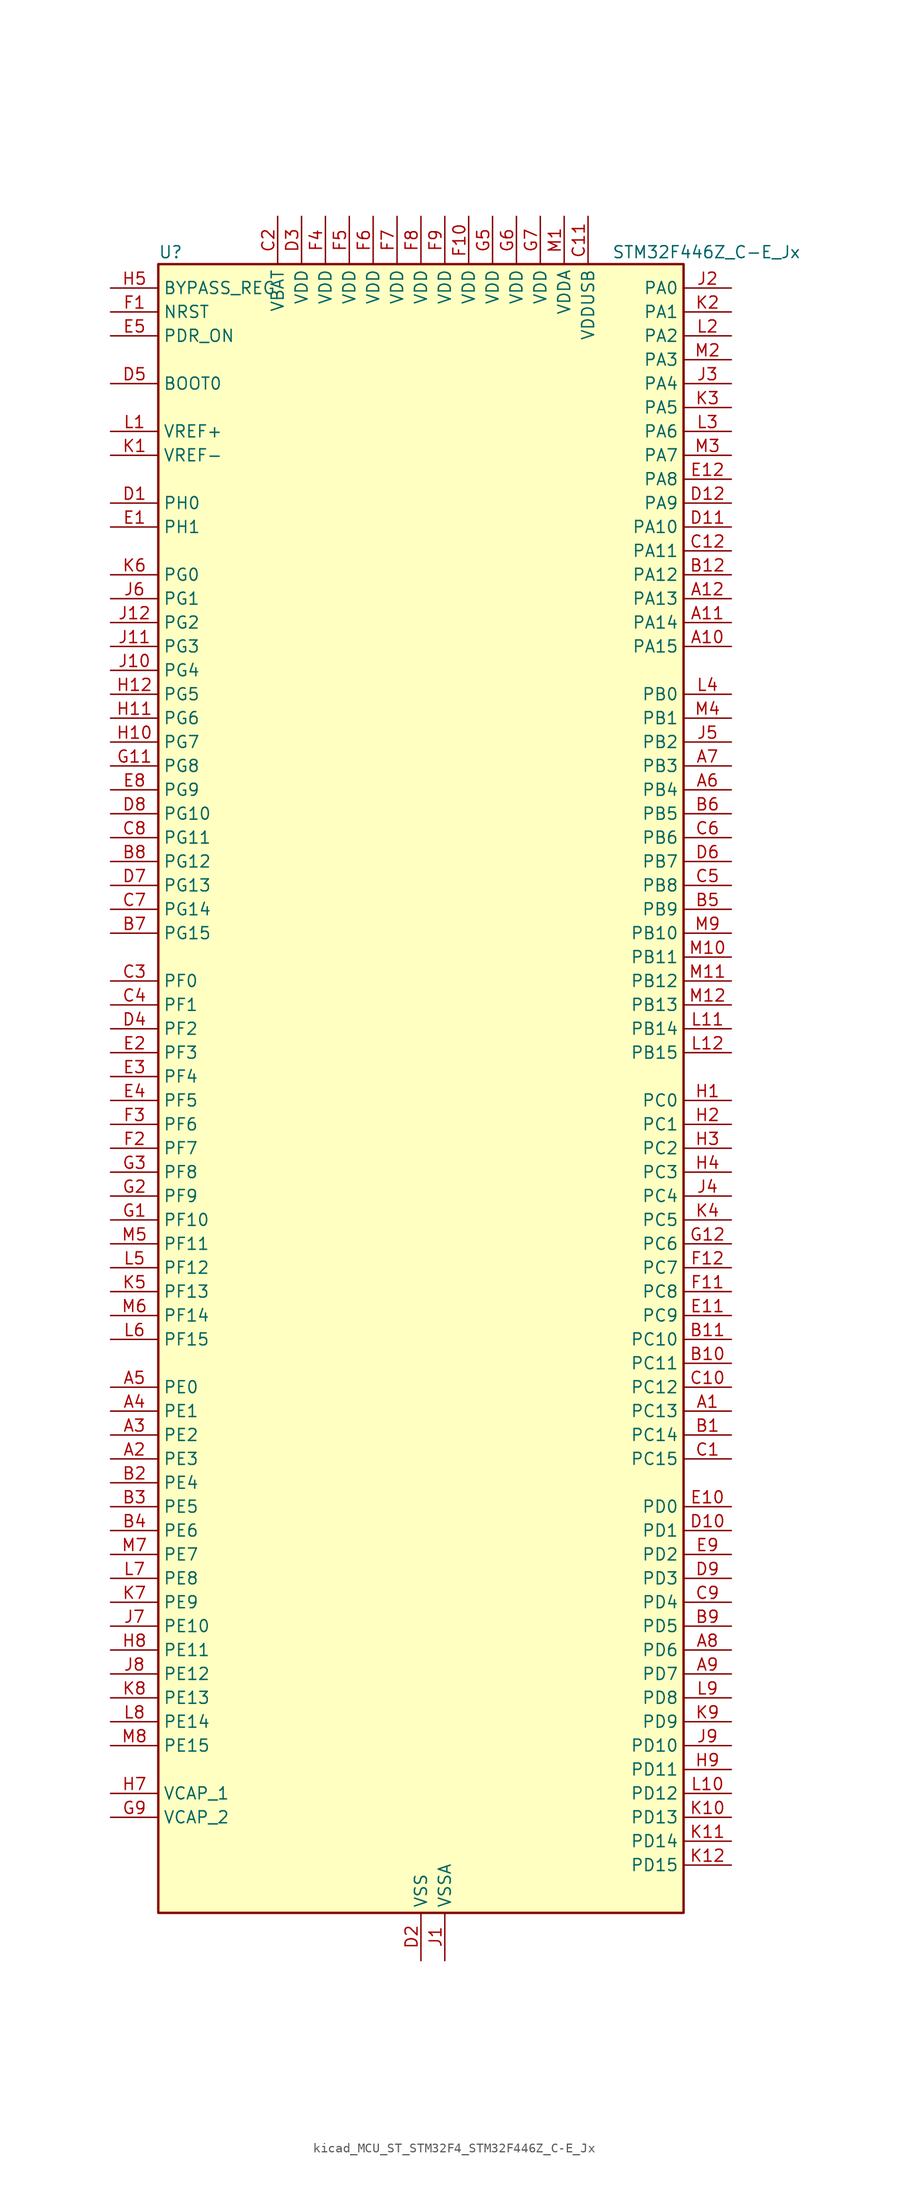
<source format=kicad_sym>
(kicad_symbol_lib
  (version 20220914)
  (generator kicad_symbol_editor)
  (symbol "kicad_MCU_ST_STM32F4_STM32F446Z_C-E_Jx"
    (property "Reference" "U"
      (at -27.94 90.17 0)
      (effects (font (size 1.27 1.27)) (justify left)))
    (property "Value" "STM32F446Z_C-E_Jx"
      (at 20.32 90.17 0)
      (effects (font (size 1.27 1.27)) (justify left)))
    (property "ki_locked" ""
      (at 0 0 0)
      (effects (font (size 1.27 1.27))))
    (symbol "kicad_MCU_ST_STM32F4_STM32F446Z_C-E_Jx_0_1"
      (rectangle (start -27.94 -86.36) (end 27.94 88.9) (stroke (width 0.254) (type default)) (fill (type background))))
    (symbol "kicad_MCU_ST_STM32F4_STM32F446Z_C-E_Jx_1_1"
      (pin bidirectional line (at 33.02 -33.02 180) (length 5.08) (name "PC13" (effects (font (size 1.27 1.27)))) (number "A1" (effects (font (size 1.27 1.27)))) (alternate "RTC_AF1" bidirectional line) (alternate "SYS_WKUP1" bidirectional line))
      (pin bidirectional line (at 33.02 48.26 180) (length 5.08) (name "PA15" (effects (font (size 1.27 1.27)))) (number "A10" (effects (font (size 1.27 1.27)))) (alternate "ADC1_EXTI15" bidirectional line) (alternate "ADC2_EXTI15" bidirectional line) (alternate "ADC3_EXTI15" bidirectional line) (alternate "CEC" bidirectional line) (alternate "I2S1_WS" bidirectional line) (alternate "I2S3_WS" bidirectional line) (alternate "SPI1_NSS" bidirectional line) (alternate "SPI3_NSS" bidirectional line) (alternate "SYS_JTDI" bidirectional line) (alternate "TIM2_CH1" bidirectional line) (alternate "TIM2_ETR" bidirectional line) (alternate "UART4_RTS" bidirectional line))
      (pin bidirectional line (at 33.02 50.8 180) (length 5.08) (name "PA14" (effects (font (size 1.27 1.27)))) (number "A11" (effects (font (size 1.27 1.27)))) (alternate "SYS_JTCK-SWCLK" bidirectional line))
      (pin bidirectional line (at 33.02 53.34 180) (length 5.08) (name "PA13" (effects (font (size 1.27 1.27)))) (number "A12" (effects (font (size 1.27 1.27)))) (alternate "SYS_JTMS-SWDIO" bidirectional line))
      (pin bidirectional line (at -33.02 -38.1 0) (length 5.08) (name "PE3" (effects (font (size 1.27 1.27)))) (number "A2" (effects (font (size 1.27 1.27)))) (alternate "FMC_A19" bidirectional line) (alternate "SAI1_SD_B" bidirectional line) (alternate "SYS_TRACED0" bidirectional line))
      (pin bidirectional line (at -33.02 -35.56 0) (length 5.08) (name "PE2" (effects (font (size 1.27 1.27)))) (number "A3" (effects (font (size 1.27 1.27)))) (alternate "FMC_A23" bidirectional line) (alternate "QUADSPI_BK1_IO2" bidirectional line) (alternate "SAI1_MCLK_A" bidirectional line) (alternate "SPI4_SCK" bidirectional line) (alternate "SYS_TRACECLK" bidirectional line))
      (pin bidirectional line (at -33.02 -33.02 0) (length 5.08) (name "PE1" (effects (font (size 1.27 1.27)))) (number "A4" (effects (font (size 1.27 1.27)))) (alternate "DCMI_D3" bidirectional line) (alternate "FMC_NBL1" bidirectional line))
      (pin bidirectional line (at -33.02 -30.48 0) (length 5.08) (name "PE0" (effects (font (size 1.27 1.27)))) (number "A5" (effects (font (size 1.27 1.27)))) (alternate "DCMI_D2" bidirectional line) (alternate "FMC_NBL0" bidirectional line) (alternate "SAI2_MCLK_A" bidirectional line) (alternate "TIM4_ETR" bidirectional line))
      (pin bidirectional line (at 33.02 33.02 180) (length 5.08) (name "PB4" (effects (font (size 1.27 1.27)))) (number "A6" (effects (font (size 1.27 1.27)))) (alternate "I2C3_SDA" bidirectional line) (alternate "I2S2_WS" bidirectional line) (alternate "SPI1_MISO" bidirectional line) (alternate "SPI2_NSS" bidirectional line) (alternate "SPI3_MISO" bidirectional line) (alternate "SYS_JTRST" bidirectional line) (alternate "TIM3_CH1" bidirectional line))
      (pin bidirectional line (at 33.02 35.56 180) (length 5.08) (name "PB3" (effects (font (size 1.27 1.27)))) (number "A7" (effects (font (size 1.27 1.27)))) (alternate "I2C2_SDA" bidirectional line) (alternate "I2S1_CK" bidirectional line) (alternate "I2S3_CK" bidirectional line) (alternate "SPI1_SCK" bidirectional line) (alternate "SPI3_SCK" bidirectional line) (alternate "SYS_JTDO-SWO" bidirectional line) (alternate "TIM2_CH2" bidirectional line))
      (pin bidirectional line (at 33.02 -58.42 180) (length 5.08) (name "PD6" (effects (font (size 1.27 1.27)))) (number "A8" (effects (font (size 1.27 1.27)))) (alternate "DCMI_D10" bidirectional line) (alternate "FMC_NWAIT" bidirectional line) (alternate "I2S3_SD" bidirectional line) (alternate "SAI1_SD_A" bidirectional line) (alternate "SPI3_MOSI" bidirectional line) (alternate "USART2_RX" bidirectional line))
      (pin bidirectional line (at 33.02 -60.96 180) (length 5.08) (name "PD7" (effects (font (size 1.27 1.27)))) (number "A9" (effects (font (size 1.27 1.27)))) (alternate "FMC_NE1" bidirectional line) (alternate "SPDIFRX_IN0" bidirectional line) (alternate "USART2_CK" bidirectional line))
      (pin bidirectional line (at 33.02 -35.56 180) (length 5.08) (name "PC14" (effects (font (size 1.27 1.27)))) (number "B1" (effects (font (size 1.27 1.27)))) (alternate "RCC_OSC32_IN" bidirectional line))
      (pin bidirectional line (at 33.02 -27.94 180) (length 5.08) (name "PC11" (effects (font (size 1.27 1.27)))) (number "B10" (effects (font (size 1.27 1.27)))) (alternate "ADC1_EXTI11" bidirectional line) (alternate "ADC2_EXTI11" bidirectional line) (alternate "ADC3_EXTI11" bidirectional line) (alternate "DCMI_D4" bidirectional line) (alternate "QUADSPI_BK2_NCS" bidirectional line) (alternate "SDIO_D3" bidirectional line) (alternate "SPI3_MISO" bidirectional line) (alternate "UART4_RX" bidirectional line) (alternate "USART3_RX" bidirectional line))
      (pin bidirectional line (at 33.02 -25.4 180) (length 5.08) (name "PC10" (effects (font (size 1.27 1.27)))) (number "B11" (effects (font (size 1.27 1.27)))) (alternate "DCMI_D8" bidirectional line) (alternate "I2S3_CK" bidirectional line) (alternate "QUADSPI_BK1_IO1" bidirectional line) (alternate "SDIO_D2" bidirectional line) (alternate "SPI3_SCK" bidirectional line) (alternate "UART4_TX" bidirectional line) (alternate "USART3_TX" bidirectional line))
      (pin bidirectional line (at 33.02 55.88 180) (length 5.08) (name "PA12" (effects (font (size 1.27 1.27)))) (number "B12" (effects (font (size 1.27 1.27)))) (alternate "CAN1_TX" bidirectional line) (alternate "SAI2_FS_B" bidirectional line) (alternate "TIM1_ETR" bidirectional line) (alternate "USART1_RTS" bidirectional line) (alternate "USB_OTG_FS_DP" bidirectional line))
      (pin bidirectional line (at -33.02 -40.64 0) (length 5.08) (name "PE4" (effects (font (size 1.27 1.27)))) (number "B2" (effects (font (size 1.27 1.27)))) (alternate "DCMI_D4" bidirectional line) (alternate "FMC_A20" bidirectional line) (alternate "SAI1_FS_A" bidirectional line) (alternate "SPI4_NSS" bidirectional line) (alternate "SYS_TRACED1" bidirectional line))
      (pin bidirectional line (at -33.02 -43.18 0) (length 5.08) (name "PE5" (effects (font (size 1.27 1.27)))) (number "B3" (effects (font (size 1.27 1.27)))) (alternate "DCMI_D6" bidirectional line) (alternate "FMC_A21" bidirectional line) (alternate "SAI1_SCK_A" bidirectional line) (alternate "SPI4_MISO" bidirectional line) (alternate "SYS_TRACED2" bidirectional line) (alternate "TIM9_CH1" bidirectional line))
      (pin bidirectional line (at -33.02 -45.72 0) (length 5.08) (name "PE6" (effects (font (size 1.27 1.27)))) (number "B4" (effects (font (size 1.27 1.27)))) (alternate "DCMI_D7" bidirectional line) (alternate "FMC_A22" bidirectional line) (alternate "SAI1_SD_A" bidirectional line) (alternate "SPI4_MOSI" bidirectional line) (alternate "SYS_TRACED3" bidirectional line) (alternate "TIM9_CH2" bidirectional line))
      (pin bidirectional line (at 33.02 20.32 180) (length 5.08) (name "PB9" (effects (font (size 1.27 1.27)))) (number "B5" (effects (font (size 1.27 1.27)))) (alternate "CAN1_TX" bidirectional line) (alternate "DAC_EXTI9" bidirectional line) (alternate "DCMI_D7" bidirectional line) (alternate "I2C1_SDA" bidirectional line) (alternate "I2S2_WS" bidirectional line) (alternate "SAI1_FS_B" bidirectional line) (alternate "SDIO_D5" bidirectional line) (alternate "SPI2_NSS" bidirectional line) (alternate "TIM11_CH1" bidirectional line) (alternate "TIM2_CH2" bidirectional line) (alternate "TIM4_CH4" bidirectional line))
      (pin bidirectional line (at 33.02 30.48 180) (length 5.08) (name "PB5" (effects (font (size 1.27 1.27)))) (number "B6" (effects (font (size 1.27 1.27)))) (alternate "CAN2_RX" bidirectional line) (alternate "DCMI_D10" bidirectional line) (alternate "FMC_SDCKE1" bidirectional line) (alternate "I2C1_SMBA" bidirectional line) (alternate "I2S1_SD" bidirectional line) (alternate "I2S3_SD" bidirectional line) (alternate "SPI1_MOSI" bidirectional line) (alternate "SPI3_MOSI" bidirectional line) (alternate "TIM3_CH2" bidirectional line) (alternate "USB_OTG_HS_ULPI_D7" bidirectional line))
      (pin bidirectional line (at -33.02 17.78 0) (length 5.08) (name "PG15" (effects (font (size 1.27 1.27)))) (number "B7" (effects (font (size 1.27 1.27)))) (alternate "ADC1_EXTI15" bidirectional line) (alternate "ADC2_EXTI15" bidirectional line) (alternate "ADC3_EXTI15" bidirectional line) (alternate "DCMI_D13" bidirectional line) (alternate "FMC_SDNCAS" bidirectional line) (alternate "USART6_CTS" bidirectional line))
      (pin bidirectional line (at -33.02 25.4 0) (length 5.08) (name "PG12" (effects (font (size 1.27 1.27)))) (number "B8" (effects (font (size 1.27 1.27)))) (alternate "FMC_NE4" bidirectional line) (alternate "SPDIFRX_IN1" bidirectional line) (alternate "SPI4_MISO" bidirectional line) (alternate "USART6_RTS" bidirectional line))
      (pin bidirectional line (at 33.02 -55.88 180) (length 5.08) (name "PD5" (effects (font (size 1.27 1.27)))) (number "B9" (effects (font (size 1.27 1.27)))) (alternate "FMC_NWE" bidirectional line) (alternate "USART2_TX" bidirectional line))
      (pin bidirectional line (at 33.02 -38.1 180) (length 5.08) (name "PC15" (effects (font (size 1.27 1.27)))) (number "C1" (effects (font (size 1.27 1.27)))) (alternate "ADC1_EXTI15" bidirectional line) (alternate "ADC2_EXTI15" bidirectional line) (alternate "ADC3_EXTI15" bidirectional line) (alternate "RCC_OSC32_OUT" bidirectional line))
      (pin bidirectional line (at 33.02 -30.48 180) (length 5.08) (name "PC12" (effects (font (size 1.27 1.27)))) (number "C10" (effects (font (size 1.27 1.27)))) (alternate "DCMI_D9" bidirectional line) (alternate "I2C2_SDA" bidirectional line) (alternate "I2S3_SD" bidirectional line) (alternate "SDIO_CK" bidirectional line) (alternate "SPI3_MOSI" bidirectional line) (alternate "UART5_TX" bidirectional line) (alternate "USART3_CK" bidirectional line))
      (pin power_in line (at 17.78 93.98 270) (length 5.08) (name "VDDUSB" (effects (font (size 1.27 1.27)))) (number "C11" (effects (font (size 1.27 1.27)))))
      (pin bidirectional line (at 33.02 58.42 180) (length 5.08) (name "PA11" (effects (font (size 1.27 1.27)))) (number "C12" (effects (font (size 1.27 1.27)))) (alternate "ADC1_EXTI11" bidirectional line) (alternate "ADC2_EXTI11" bidirectional line) (alternate "ADC3_EXTI11" bidirectional line) (alternate "CAN1_RX" bidirectional line) (alternate "TIM1_CH4" bidirectional line) (alternate "USART1_CTS" bidirectional line) (alternate "USB_OTG_FS_DM" bidirectional line))
      (pin power_in line (at -15.24 93.98 270) (length 5.08) (name "VBAT" (effects (font (size 1.27 1.27)))) (number "C2" (effects (font (size 1.27 1.27)))))
      (pin bidirectional line (at -33.02 12.7 0) (length 5.08) (name "PF0" (effects (font (size 1.27 1.27)))) (number "C3" (effects (font (size 1.27 1.27)))) (alternate "FMC_A0" bidirectional line) (alternate "I2C2_SDA" bidirectional line))
      (pin bidirectional line (at -33.02 10.16 0) (length 5.08) (name "PF1" (effects (font (size 1.27 1.27)))) (number "C4" (effects (font (size 1.27 1.27)))) (alternate "FMC_A1" bidirectional line) (alternate "I2C2_SCL" bidirectional line))
      (pin bidirectional line (at 33.02 22.86 180) (length 5.08) (name "PB8" (effects (font (size 1.27 1.27)))) (number "C5" (effects (font (size 1.27 1.27)))) (alternate "CAN1_RX" bidirectional line) (alternate "DCMI_D6" bidirectional line) (alternate "I2C1_SCL" bidirectional line) (alternate "SDIO_D4" bidirectional line) (alternate "TIM10_CH1" bidirectional line) (alternate "TIM2_CH1" bidirectional line) (alternate "TIM2_ETR" bidirectional line) (alternate "TIM4_CH3" bidirectional line))
      (pin bidirectional line (at 33.02 27.94 180) (length 5.08) (name "PB6" (effects (font (size 1.27 1.27)))) (number "C6" (effects (font (size 1.27 1.27)))) (alternate "CAN2_TX" bidirectional line) (alternate "CEC" bidirectional line) (alternate "DCMI_D5" bidirectional line) (alternate "FMC_SDNE1" bidirectional line) (alternate "I2C1_SCL" bidirectional line) (alternate "QUADSPI_BK1_NCS" bidirectional line) (alternate "TIM4_CH1" bidirectional line) (alternate "USART1_TX" bidirectional line))
      (pin bidirectional line (at -33.02 20.32 0) (length 5.08) (name "PG14" (effects (font (size 1.27 1.27)))) (number "C7" (effects (font (size 1.27 1.27)))) (alternate "FMC_A25" bidirectional line) (alternate "QUADSPI_BK2_IO3" bidirectional line) (alternate "SPI4_NSS" bidirectional line) (alternate "SYS_TRACED3" bidirectional line) (alternate "USART6_TX" bidirectional line))
      (pin bidirectional line (at -33.02 27.94 0) (length 5.08) (name "PG11" (effects (font (size 1.27 1.27)))) (number "C8" (effects (font (size 1.27 1.27)))) (alternate "ADC1_EXTI11" bidirectional line) (alternate "ADC2_EXTI11" bidirectional line) (alternate "ADC3_EXTI11" bidirectional line) (alternate "DCMI_D3" bidirectional line) (alternate "SPDIFRX_IN0" bidirectional line) (alternate "SPI4_SCK" bidirectional line))
      (pin bidirectional line (at 33.02 -53.34 180) (length 5.08) (name "PD4" (effects (font (size 1.27 1.27)))) (number "C9" (effects (font (size 1.27 1.27)))) (alternate "FMC_NOE" bidirectional line) (alternate "USART2_RTS" bidirectional line))
      (pin bidirectional line (at -33.02 63.5 0) (length 5.08) (name "PH0" (effects (font (size 1.27 1.27)))) (number "D1" (effects (font (size 1.27 1.27)))) (alternate "RCC_OSC_IN" bidirectional line))
      (pin bidirectional line (at 33.02 -45.72 180) (length 5.08) (name "PD1" (effects (font (size 1.27 1.27)))) (number "D10" (effects (font (size 1.27 1.27)))) (alternate "CAN1_TX" bidirectional line) (alternate "FMC_D3" bidirectional line) (alternate "FMC_DA3" bidirectional line) (alternate "I2S2_WS" bidirectional line) (alternate "SPI2_NSS" bidirectional line))
      (pin bidirectional line (at 33.02 60.96 180) (length 5.08) (name "PA10" (effects (font (size 1.27 1.27)))) (number "D11" (effects (font (size 1.27 1.27)))) (alternate "DCMI_D1" bidirectional line) (alternate "TIM1_CH3" bidirectional line) (alternate "USART1_RX" bidirectional line) (alternate "USB_OTG_FS_ID" bidirectional line))
      (pin bidirectional line (at 33.02 63.5 180) (length 5.08) (name "PA9" (effects (font (size 1.27 1.27)))) (number "D12" (effects (font (size 1.27 1.27)))) (alternate "DAC_EXTI9" bidirectional line) (alternate "DCMI_D0" bidirectional line) (alternate "I2C3_SMBA" bidirectional line) (alternate "I2S2_CK" bidirectional line) (alternate "SAI1_SD_B" bidirectional line) (alternate "SPI2_SCK" bidirectional line) (alternate "TIM1_CH2" bidirectional line) (alternate "USART1_TX" bidirectional line) (alternate "USB_OTG_FS_VBUS" bidirectional line))
      (pin power_in line (at 0 -91.44 90) (length 5.08) (name "VSS" (effects (font (size 1.27 1.27)))) (number "D2" (effects (font (size 1.27 1.27)))))
      (pin power_in line (at -12.7 93.98 270) (length 5.08) (name "VDD" (effects (font (size 1.27 1.27)))) (number "D3" (effects (font (size 1.27 1.27)))))
      (pin bidirectional line (at -33.02 7.62 0) (length 5.08) (name "PF2" (effects (font (size 1.27 1.27)))) (number "D4" (effects (font (size 1.27 1.27)))) (alternate "FMC_A2" bidirectional line) (alternate "I2C2_SMBA" bidirectional line))
      (pin input line (at -33.02 76.2 0) (length 5.08) (name "BOOT0" (effects (font (size 1.27 1.27)))) (number "D5" (effects (font (size 1.27 1.27)))))
      (pin bidirectional line (at 33.02 25.4 180) (length 5.08) (name "PB7" (effects (font (size 1.27 1.27)))) (number "D6" (effects (font (size 1.27 1.27)))) (alternate "DCMI_VSYNC" bidirectional line) (alternate "FMC_NL" bidirectional line) (alternate "I2C1_SDA" bidirectional line) (alternate "SPDIFRX_IN0" bidirectional line) (alternate "TIM4_CH2" bidirectional line) (alternate "USART1_RX" bidirectional line))
      (pin bidirectional line (at -33.02 22.86 0) (length 5.08) (name "PG13" (effects (font (size 1.27 1.27)))) (number "D7" (effects (font (size 1.27 1.27)))) (alternate "FMC_A24" bidirectional line) (alternate "SPI4_MOSI" bidirectional line) (alternate "SYS_TRACED2" bidirectional line) (alternate "USART6_CTS" bidirectional line))
      (pin bidirectional line (at -33.02 30.48 0) (length 5.08) (name "PG10" (effects (font (size 1.27 1.27)))) (number "D8" (effects (font (size 1.27 1.27)))) (alternate "DCMI_D2" bidirectional line) (alternate "FMC_NE3" bidirectional line) (alternate "SAI2_SD_B" bidirectional line))
      (pin bidirectional line (at 33.02 -50.8 180) (length 5.08) (name "PD3" (effects (font (size 1.27 1.27)))) (number "D9" (effects (font (size 1.27 1.27)))) (alternate "DCMI_D5" bidirectional line) (alternate "FMC_CLK" bidirectional line) (alternate "I2S2_CK" bidirectional line) (alternate "QUADSPI_CLK" bidirectional line) (alternate "SPI2_SCK" bidirectional line) (alternate "SYS_TRACED1" bidirectional line) (alternate "USART2_CTS" bidirectional line))
      (pin bidirectional line (at -33.02 60.96 0) (length 5.08) (name "PH1" (effects (font (size 1.27 1.27)))) (number "E1" (effects (font (size 1.27 1.27)))) (alternate "RCC_OSC_OUT" bidirectional line))
      (pin bidirectional line (at 33.02 -43.18 180) (length 5.08) (name "PD0" (effects (font (size 1.27 1.27)))) (number "E10" (effects (font (size 1.27 1.27)))) (alternate "CAN1_RX" bidirectional line) (alternate "FMC_D2" bidirectional line) (alternate "FMC_DA2" bidirectional line) (alternate "I2S3_SD" bidirectional line) (alternate "SPI3_MOSI" bidirectional line) (alternate "SPI4_MISO" bidirectional line))
      (pin bidirectional line (at 33.02 -22.86 180) (length 5.08) (name "PC9" (effects (font (size 1.27 1.27)))) (number "E11" (effects (font (size 1.27 1.27)))) (alternate "DAC_EXTI9" bidirectional line) (alternate "DCMI_D3" bidirectional line) (alternate "I2C3_SDA" bidirectional line) (alternate "I2S_CKIN" bidirectional line) (alternate "QUADSPI_BK1_IO0" bidirectional line) (alternate "RCC_MCO_2" bidirectional line) (alternate "SDIO_D1" bidirectional line) (alternate "TIM3_CH4" bidirectional line) (alternate "TIM8_CH4" bidirectional line) (alternate "UART5_CTS" bidirectional line))
      (pin bidirectional line (at 33.02 66.04 180) (length 5.08) (name "PA8" (effects (font (size 1.27 1.27)))) (number "E12" (effects (font (size 1.27 1.27)))) (alternate "I2C3_SCL" bidirectional line) (alternate "RCC_MCO_1" bidirectional line) (alternate "TIM1_CH1" bidirectional line) (alternate "USART1_CK" bidirectional line) (alternate "USB_OTG_FS_SOF" bidirectional line))
      (pin bidirectional line (at -33.02 5.08 0) (length 5.08) (name "PF3" (effects (font (size 1.27 1.27)))) (number "E2" (effects (font (size 1.27 1.27)))) (alternate "ADC3_IN9" bidirectional line) (alternate "FMC_A3" bidirectional line))
      (pin bidirectional line (at -33.02 2.54 0) (length 5.08) (name "PF4" (effects (font (size 1.27 1.27)))) (number "E3" (effects (font (size 1.27 1.27)))) (alternate "ADC3_IN14" bidirectional line) (alternate "FMC_A4" bidirectional line))
      (pin bidirectional line (at -33.02 0 0) (length 5.08) (name "PF5" (effects (font (size 1.27 1.27)))) (number "E4" (effects (font (size 1.27 1.27)))) (alternate "ADC3_IN15" bidirectional line) (alternate "FMC_A5" bidirectional line))
      (pin input line (at -33.02 81.28 0) (length 5.08) (name "PDR_ON" (effects (font (size 1.27 1.27)))) (number "E5" (effects (font (size 1.27 1.27)))))
      (pin passive line (at 0 -91.44 90) (length 5.08) hide (name "VSS" (effects (font (size 1.27 1.27)))) (number "E6" (effects (font (size 1.27 1.27)))))
      (pin passive line (at 0 -91.44 90) (length 5.08) hide (name "VSS" (effects (font (size 1.27 1.27)))) (number "E7" (effects (font (size 1.27 1.27)))))
      (pin bidirectional line (at -33.02 33.02 0) (length 5.08) (name "PG9" (effects (font (size 1.27 1.27)))) (number "E8" (effects (font (size 1.27 1.27)))) (alternate "DAC_EXTI9" bidirectional line) (alternate "DCMI_VSYNC" bidirectional line) (alternate "FMC_NCE3" bidirectional line) (alternate "FMC_NE2" bidirectional line) (alternate "QUADSPI_BK2_IO2" bidirectional line) (alternate "SAI2_FS_B" bidirectional line) (alternate "SPDIFRX_IN3" bidirectional line) (alternate "USART6_RX" bidirectional line))
      (pin bidirectional line (at 33.02 -48.26 180) (length 5.08) (name "PD2" (effects (font (size 1.27 1.27)))) (number "E9" (effects (font (size 1.27 1.27)))) (alternate "DCMI_D11" bidirectional line) (alternate "SDIO_CMD" bidirectional line) (alternate "TIM3_ETR" bidirectional line) (alternate "UART5_RX" bidirectional line))
      (pin input line (at -33.02 83.82 0) (length 5.08) (name "NRST" (effects (font (size 1.27 1.27)))) (number "F1" (effects (font (size 1.27 1.27)))))
      (pin power_in line (at 5.08 93.98 270) (length 5.08) (name "VDD" (effects (font (size 1.27 1.27)))) (number "F10" (effects (font (size 1.27 1.27)))))
      (pin bidirectional line (at 33.02 -20.32 180) (length 5.08) (name "PC8" (effects (font (size 1.27 1.27)))) (number "F11" (effects (font (size 1.27 1.27)))) (alternate "DCMI_D2" bidirectional line) (alternate "SDIO_D0" bidirectional line) (alternate "SYS_TRACED0" bidirectional line) (alternate "TIM3_CH3" bidirectional line) (alternate "TIM8_CH3" bidirectional line) (alternate "UART5_RTS" bidirectional line) (alternate "USART6_CK" bidirectional line))
      (pin bidirectional line (at 33.02 -17.78 180) (length 5.08) (name "PC7" (effects (font (size 1.27 1.27)))) (number "F12" (effects (font (size 1.27 1.27)))) (alternate "DCMI_D1" bidirectional line) (alternate "FMPI2C1_SDA" bidirectional line) (alternate "I2S2_CK" bidirectional line) (alternate "I2S3_MCK" bidirectional line) (alternate "SDIO_D7" bidirectional line) (alternate "SPDIFRX_IN1" bidirectional line) (alternate "SPI2_SCK" bidirectional line) (alternate "TIM3_CH2" bidirectional line) (alternate "TIM8_CH2" bidirectional line) (alternate "USART6_RX" bidirectional line))
      (pin bidirectional line (at -33.02 -5.08 0) (length 5.08) (name "PF7" (effects (font (size 1.27 1.27)))) (number "F2" (effects (font (size 1.27 1.27)))) (alternate "ADC3_IN5" bidirectional line) (alternate "QUADSPI_BK1_IO2" bidirectional line) (alternate "SAI1_MCLK_B" bidirectional line) (alternate "TIM11_CH1" bidirectional line))
      (pin bidirectional line (at -33.02 -2.54 0) (length 5.08) (name "PF6" (effects (font (size 1.27 1.27)))) (number "F3" (effects (font (size 1.27 1.27)))) (alternate "ADC3_IN4" bidirectional line) (alternate "QUADSPI_BK1_IO3" bidirectional line) (alternate "SAI1_SD_B" bidirectional line) (alternate "TIM10_CH1" bidirectional line))
      (pin power_in line (at -10.16 93.98 270) (length 5.08) (name "VDD" (effects (font (size 1.27 1.27)))) (number "F4" (effects (font (size 1.27 1.27)))))
      (pin power_in line (at -7.62 93.98 270) (length 5.08) (name "VDD" (effects (font (size 1.27 1.27)))) (number "F5" (effects (font (size 1.27 1.27)))))
      (pin power_in line (at -5.08 93.98 270) (length 5.08) (name "VDD" (effects (font (size 1.27 1.27)))) (number "F6" (effects (font (size 1.27 1.27)))))
      (pin power_in line (at -2.54 93.98 270) (length 5.08) (name "VDD" (effects (font (size 1.27 1.27)))) (number "F7" (effects (font (size 1.27 1.27)))))
      (pin power_in line (at 0 93.98 270) (length 5.08) (name "VDD" (effects (font (size 1.27 1.27)))) (number "F8" (effects (font (size 1.27 1.27)))))
      (pin power_in line (at 2.54 93.98 270) (length 5.08) (name "VDD" (effects (font (size 1.27 1.27)))) (number "F9" (effects (font (size 1.27 1.27)))))
      (pin bidirectional line (at -33.02 -12.7 0) (length 5.08) (name "PF10" (effects (font (size 1.27 1.27)))) (number "G1" (effects (font (size 1.27 1.27)))) (alternate "ADC3_IN8" bidirectional line) (alternate "DCMI_D11" bidirectional line))
      (pin passive line (at 0 -91.44 90) (length 5.08) hide (name "VSS" (effects (font (size 1.27 1.27)))) (number "G10" (effects (font (size 1.27 1.27)))))
      (pin bidirectional line (at -33.02 35.56 0) (length 5.08) (name "PG8" (effects (font (size 1.27 1.27)))) (number "G11" (effects (font (size 1.27 1.27)))) (alternate "FMC_SDCLK" bidirectional line) (alternate "SPDIFRX_IN2" bidirectional line) (alternate "USART6_RTS" bidirectional line))
      (pin bidirectional line (at 33.02 -15.24 180) (length 5.08) (name "PC6" (effects (font (size 1.27 1.27)))) (number "G12" (effects (font (size 1.27 1.27)))) (alternate "DCMI_D0" bidirectional line) (alternate "FMPI2C1_SCL" bidirectional line) (alternate "I2S2_MCK" bidirectional line) (alternate "SDIO_D6" bidirectional line) (alternate "TIM3_CH1" bidirectional line) (alternate "TIM8_CH1" bidirectional line) (alternate "USART6_TX" bidirectional line))
      (pin bidirectional line (at -33.02 -10.16 0) (length 5.08) (name "PF9" (effects (font (size 1.27 1.27)))) (number "G2" (effects (font (size 1.27 1.27)))) (alternate "ADC3_IN7" bidirectional line) (alternate "DAC_EXTI9" bidirectional line) (alternate "QUADSPI_BK1_IO1" bidirectional line) (alternate "SAI1_FS_B" bidirectional line) (alternate "TIM14_CH1" bidirectional line))
      (pin bidirectional line (at -33.02 -7.62 0) (length 5.08) (name "PF8" (effects (font (size 1.27 1.27)))) (number "G3" (effects (font (size 1.27 1.27)))) (alternate "ADC3_IN6" bidirectional line) (alternate "QUADSPI_BK1_IO0" bidirectional line) (alternate "SAI1_SCK_B" bidirectional line) (alternate "TIM13_CH1" bidirectional line))
      (pin passive line (at 0 -91.44 90) (length 5.08) hide (name "VSS" (effects (font (size 1.27 1.27)))) (number "G4" (effects (font (size 1.27 1.27)))))
      (pin power_in line (at 7.62 93.98 270) (length 5.08) (name "VDD" (effects (font (size 1.27 1.27)))) (number "G5" (effects (font (size 1.27 1.27)))))
      (pin power_in line (at 10.16 93.98 270) (length 5.08) (name "VDD" (effects (font (size 1.27 1.27)))) (number "G6" (effects (font (size 1.27 1.27)))))
      (pin power_in line (at 12.7 93.98 270) (length 5.08) (name "VDD" (effects (font (size 1.27 1.27)))) (number "G7" (effects (font (size 1.27 1.27)))))
      (pin passive line (at 0 -91.44 90) (length 5.08) hide (name "VSS" (effects (font (size 1.27 1.27)))) (number "G8" (effects (font (size 1.27 1.27)))))
      (pin power_out line (at -33.02 -76.2 0) (length 5.08) (name "VCAP_2" (effects (font (size 1.27 1.27)))) (number "G9" (effects (font (size 1.27 1.27)))))
      (pin bidirectional line (at 33.02 0 180) (length 5.08) (name "PC0" (effects (font (size 1.27 1.27)))) (number "H1" (effects (font (size 1.27 1.27)))) (alternate "ADC1_IN10" bidirectional line) (alternate "ADC2_IN10" bidirectional line) (alternate "ADC3_IN10" bidirectional line) (alternate "FMC_SDNWE" bidirectional line) (alternate "SAI1_MCLK_B" bidirectional line) (alternate "USB_OTG_HS_ULPI_STP" bidirectional line))
      (pin bidirectional line (at -33.02 38.1 0) (length 5.08) (name "PG7" (effects (font (size 1.27 1.27)))) (number "H10" (effects (font (size 1.27 1.27)))) (alternate "DCMI_D13" bidirectional line) (alternate "FMC_INT3" bidirectional line) (alternate "USART6_CK" bidirectional line))
      (pin bidirectional line (at -33.02 40.64 0) (length 5.08) (name "PG6" (effects (font (size 1.27 1.27)))) (number "H11" (effects (font (size 1.27 1.27)))) (alternate "DCMI_D12" bidirectional line) (alternate "QUADSPI_BK1_NCS" bidirectional line))
      (pin bidirectional line (at -33.02 43.18 0) (length 5.08) (name "PG5" (effects (font (size 1.27 1.27)))) (number "H12" (effects (font (size 1.27 1.27)))) (alternate "FMC_A15" bidirectional line) (alternate "FMC_BA1" bidirectional line))
      (pin bidirectional line (at 33.02 -2.54 180) (length 5.08) (name "PC1" (effects (font (size 1.27 1.27)))) (number "H2" (effects (font (size 1.27 1.27)))) (alternate "ADC1_IN11" bidirectional line) (alternate "ADC2_IN11" bidirectional line) (alternate "ADC3_IN11" bidirectional line) (alternate "I2S2_SD" bidirectional line) (alternate "I2S3_SD" bidirectional line) (alternate "SAI1_SD_A" bidirectional line) (alternate "SPI2_MOSI" bidirectional line) (alternate "SPI3_MOSI" bidirectional line))
      (pin bidirectional line (at 33.02 -5.08 180) (length 5.08) (name "PC2" (effects (font (size 1.27 1.27)))) (number "H3" (effects (font (size 1.27 1.27)))) (alternate "ADC1_IN12" bidirectional line) (alternate "ADC2_IN12" bidirectional line) (alternate "ADC3_IN12" bidirectional line) (alternate "FMC_SDNE0" bidirectional line) (alternate "SPI2_MISO" bidirectional line) (alternate "USB_OTG_HS_ULPI_DIR" bidirectional line))
      (pin bidirectional line (at 33.02 -7.62 180) (length 5.08) (name "PC3" (effects (font (size 1.27 1.27)))) (number "H4" (effects (font (size 1.27 1.27)))) (alternate "ADC1_IN13" bidirectional line) (alternate "ADC2_IN13" bidirectional line) (alternate "ADC3_IN13" bidirectional line) (alternate "FMC_SDCKE0" bidirectional line) (alternate "I2S2_SD" bidirectional line) (alternate "SPI2_MOSI" bidirectional line) (alternate "USB_OTG_HS_ULPI_NXT" bidirectional line))
      (pin input line (at -33.02 86.36 0) (length 5.08) (name "BYPASS_REG" (effects (font (size 1.27 1.27)))) (number "H5" (effects (font (size 1.27 1.27)))))
      (pin passive line (at 0 -91.44 90) (length 5.08) hide (name "VSS" (effects (font (size 1.27 1.27)))) (number "H6" (effects (font (size 1.27 1.27)))))
      (pin power_out line (at -33.02 -73.66 0) (length 5.08) (name "VCAP_1" (effects (font (size 1.27 1.27)))) (number "H7" (effects (font (size 1.27 1.27)))))
      (pin bidirectional line (at -33.02 -58.42 0) (length 5.08) (name "PE11" (effects (font (size 1.27 1.27)))) (number "H8" (effects (font (size 1.27 1.27)))) (alternate "ADC1_EXTI11" bidirectional line) (alternate "ADC2_EXTI11" bidirectional line) (alternate "ADC3_EXTI11" bidirectional line) (alternate "FMC_D8" bidirectional line) (alternate "FMC_DA8" bidirectional line) (alternate "SAI2_SD_B" bidirectional line) (alternate "SPI4_NSS" bidirectional line) (alternate "TIM1_CH2" bidirectional line))
      (pin bidirectional line (at 33.02 -71.12 180) (length 5.08) (name "PD11" (effects (font (size 1.27 1.27)))) (number "H9" (effects (font (size 1.27 1.27)))) (alternate "ADC1_EXTI11" bidirectional line) (alternate "ADC2_EXTI11" bidirectional line) (alternate "ADC3_EXTI11" bidirectional line) (alternate "FMC_A16" bidirectional line) (alternate "FMC_CLE" bidirectional line) (alternate "FMPI2C1_SMBA" bidirectional line) (alternate "QUADSPI_BK1_IO0" bidirectional line) (alternate "SAI2_SD_A" bidirectional line) (alternate "USART3_CTS" bidirectional line))
      (pin power_in line (at 2.54 -91.44 90) (length 5.08) (name "VSSA" (effects (font (size 1.27 1.27)))) (number "J1" (effects (font (size 1.27 1.27)))))
      (pin bidirectional line (at -33.02 45.72 0) (length 5.08) (name "PG4" (effects (font (size 1.27 1.27)))) (number "J10" (effects (font (size 1.27 1.27)))) (alternate "FMC_A14" bidirectional line) (alternate "FMC_BA0" bidirectional line))
      (pin bidirectional line (at -33.02 48.26 0) (length 5.08) (name "PG3" (effects (font (size 1.27 1.27)))) (number "J11" (effects (font (size 1.27 1.27)))) (alternate "FMC_A13" bidirectional line))
      (pin bidirectional line (at -33.02 50.8 0) (length 5.08) (name "PG2" (effects (font (size 1.27 1.27)))) (number "J12" (effects (font (size 1.27 1.27)))) (alternate "FMC_A12" bidirectional line))
      (pin bidirectional line (at 33.02 86.36 180) (length 5.08) (name "PA0" (effects (font (size 1.27 1.27)))) (number "J2" (effects (font (size 1.27 1.27)))) (alternate "ADC1_IN0" bidirectional line) (alternate "ADC2_IN0" bidirectional line) (alternate "ADC3_IN0" bidirectional line) (alternate "RTC_AF2" bidirectional line) (alternate "SYS_WKUP0" bidirectional line) (alternate "TIM2_CH1" bidirectional line) (alternate "TIM2_ETR" bidirectional line) (alternate "TIM5_CH1" bidirectional line) (alternate "TIM8_ETR" bidirectional line) (alternate "UART4_TX" bidirectional line) (alternate "USART2_CTS" bidirectional line))
      (pin bidirectional line (at 33.02 76.2 180) (length 5.08) (name "PA4" (effects (font (size 1.27 1.27)))) (number "J3" (effects (font (size 1.27 1.27)))) (alternate "ADC1_IN4" bidirectional line) (alternate "ADC2_IN4" bidirectional line) (alternate "DAC_OUT1" bidirectional line) (alternate "DCMI_HSYNC" bidirectional line) (alternate "I2S1_WS" bidirectional line) (alternate "I2S3_WS" bidirectional line) (alternate "SPI1_NSS" bidirectional line) (alternate "SPI3_NSS" bidirectional line) (alternate "USART2_CK" bidirectional line) (alternate "USB_OTG_HS_SOF" bidirectional line))
      (pin bidirectional line (at 33.02 -10.16 180) (length 5.08) (name "PC4" (effects (font (size 1.27 1.27)))) (number "J4" (effects (font (size 1.27 1.27)))) (alternate "ADC1_IN14" bidirectional line) (alternate "ADC2_IN14" bidirectional line) (alternate "FMC_SDNE0" bidirectional line) (alternate "I2S1_MCK" bidirectional line) (alternate "SPDIFRX_IN2" bidirectional line))
      (pin bidirectional line (at 33.02 38.1 180) (length 5.08) (name "PB2" (effects (font (size 1.27 1.27)))) (number "J5" (effects (font (size 1.27 1.27)))) (alternate "I2S3_SD" bidirectional line) (alternate "QUADSPI_CLK" bidirectional line) (alternate "SAI1_SD_A" bidirectional line) (alternate "SDIO_CK" bidirectional line) (alternate "SPI3_MOSI" bidirectional line) (alternate "TIM2_CH4" bidirectional line) (alternate "USB_OTG_HS_ULPI_D4" bidirectional line))
      (pin bidirectional line (at -33.02 53.34 0) (length 5.08) (name "PG1" (effects (font (size 1.27 1.27)))) (number "J6" (effects (font (size 1.27 1.27)))) (alternate "FMC_A11" bidirectional line))
      (pin bidirectional line (at -33.02 -55.88 0) (length 5.08) (name "PE10" (effects (font (size 1.27 1.27)))) (number "J7" (effects (font (size 1.27 1.27)))) (alternate "FMC_D7" bidirectional line) (alternate "FMC_DA7" bidirectional line) (alternate "QUADSPI_BK2_IO3" bidirectional line) (alternate "TIM1_CH2N" bidirectional line))
      (pin bidirectional line (at -33.02 -60.96 0) (length 5.08) (name "PE12" (effects (font (size 1.27 1.27)))) (number "J8" (effects (font (size 1.27 1.27)))) (alternate "FMC_D9" bidirectional line) (alternate "FMC_DA9" bidirectional line) (alternate "SAI2_SCK_B" bidirectional line) (alternate "SPI4_SCK" bidirectional line) (alternate "TIM1_CH3N" bidirectional line))
      (pin bidirectional line (at 33.02 -68.58 180) (length 5.08) (name "PD10" (effects (font (size 1.27 1.27)))) (number "J9" (effects (font (size 1.27 1.27)))) (alternate "FMC_D15" bidirectional line) (alternate "FMC_DA15" bidirectional line) (alternate "USART3_CK" bidirectional line))
      (pin input line (at -33.02 68.58 0) (length 5.08) (name "VREF-" (effects (font (size 1.27 1.27)))) (number "K1" (effects (font (size 1.27 1.27)))))
      (pin bidirectional line (at 33.02 -76.2 180) (length 5.08) (name "PD13" (effects (font (size 1.27 1.27)))) (number "K10" (effects (font (size 1.27 1.27)))) (alternate "FMC_A18" bidirectional line) (alternate "FMPI2C1_SDA" bidirectional line) (alternate "QUADSPI_BK1_IO3" bidirectional line) (alternate "SAI2_SCK_A" bidirectional line) (alternate "TIM4_CH2" bidirectional line))
      (pin bidirectional line (at 33.02 -78.74 180) (length 5.08) (name "PD14" (effects (font (size 1.27 1.27)))) (number "K11" (effects (font (size 1.27 1.27)))) (alternate "FMC_D0" bidirectional line) (alternate "FMC_DA0" bidirectional line) (alternate "FMPI2C1_SCL" bidirectional line) (alternate "SAI2_SCK_A" bidirectional line) (alternate "TIM4_CH3" bidirectional line))
      (pin bidirectional line (at 33.02 -81.28 180) (length 5.08) (name "PD15" (effects (font (size 1.27 1.27)))) (number "K12" (effects (font (size 1.27 1.27)))) (alternate "ADC1_EXTI15" bidirectional line) (alternate "ADC2_EXTI15" bidirectional line) (alternate "ADC3_EXTI15" bidirectional line) (alternate "FMC_D1" bidirectional line) (alternate "FMC_DA1" bidirectional line) (alternate "FMPI2C1_SDA" bidirectional line) (alternate "TIM4_CH4" bidirectional line))
      (pin bidirectional line (at 33.02 83.82 180) (length 5.08) (name "PA1" (effects (font (size 1.27 1.27)))) (number "K2" (effects (font (size 1.27 1.27)))) (alternate "ADC1_IN1" bidirectional line) (alternate "ADC2_IN1" bidirectional line) (alternate "ADC3_IN1" bidirectional line) (alternate "QUADSPI_BK1_IO3" bidirectional line) (alternate "SAI2_MCLK_B" bidirectional line) (alternate "TIM2_CH2" bidirectional line) (alternate "TIM5_CH2" bidirectional line) (alternate "UART4_RX" bidirectional line) (alternate "USART2_RTS" bidirectional line))
      (pin bidirectional line (at 33.02 73.66 180) (length 5.08) (name "PA5" (effects (font (size 1.27 1.27)))) (number "K3" (effects (font (size 1.27 1.27)))) (alternate "ADC1_IN5" bidirectional line) (alternate "ADC2_IN5" bidirectional line) (alternate "DAC_OUT2" bidirectional line) (alternate "I2S1_CK" bidirectional line) (alternate "SPI1_SCK" bidirectional line) (alternate "TIM2_CH1" bidirectional line) (alternate "TIM2_ETR" bidirectional line) (alternate "TIM8_CH1N" bidirectional line) (alternate "USB_OTG_HS_ULPI_CK" bidirectional line))
      (pin bidirectional line (at 33.02 -12.7 180) (length 5.08) (name "PC5" (effects (font (size 1.27 1.27)))) (number "K4" (effects (font (size 1.27 1.27)))) (alternate "ADC1_IN15" bidirectional line) (alternate "ADC2_IN15" bidirectional line) (alternate "FMC_SDCKE0" bidirectional line) (alternate "SPDIFRX_IN3" bidirectional line) (alternate "USART3_RX" bidirectional line))
      (pin bidirectional line (at -33.02 -20.32 0) (length 5.08) (name "PF13" (effects (font (size 1.27 1.27)))) (number "K5" (effects (font (size 1.27 1.27)))) (alternate "FMC_A7" bidirectional line) (alternate "FMPI2C1_SMBA" bidirectional line))
      (pin bidirectional line (at -33.02 55.88 0) (length 5.08) (name "PG0" (effects (font (size 1.27 1.27)))) (number "K6" (effects (font (size 1.27 1.27)))) (alternate "FMC_A10" bidirectional line))
      (pin bidirectional line (at -33.02 -53.34 0) (length 5.08) (name "PE9" (effects (font (size 1.27 1.27)))) (number "K7" (effects (font (size 1.27 1.27)))) (alternate "DAC_EXTI9" bidirectional line) (alternate "FMC_D6" bidirectional line) (alternate "FMC_DA6" bidirectional line) (alternate "QUADSPI_BK2_IO2" bidirectional line) (alternate "TIM1_CH1" bidirectional line))
      (pin bidirectional line (at -33.02 -63.5 0) (length 5.08) (name "PE13" (effects (font (size 1.27 1.27)))) (number "K8" (effects (font (size 1.27 1.27)))) (alternate "FMC_D10" bidirectional line) (alternate "FMC_DA10" bidirectional line) (alternate "SAI2_FS_B" bidirectional line) (alternate "SPI4_MISO" bidirectional line) (alternate "TIM1_CH3" bidirectional line))
      (pin bidirectional line (at 33.02 -66.04 180) (length 5.08) (name "PD9" (effects (font (size 1.27 1.27)))) (number "K9" (effects (font (size 1.27 1.27)))) (alternate "DAC_EXTI9" bidirectional line) (alternate "FMC_D14" bidirectional line) (alternate "FMC_DA14" bidirectional line) (alternate "USART3_RX" bidirectional line))
      (pin input line (at -33.02 71.12 0) (length 5.08) (name "VREF+" (effects (font (size 1.27 1.27)))) (number "L1" (effects (font (size 1.27 1.27)))))
      (pin bidirectional line (at 33.02 -73.66 180) (length 5.08) (name "PD12" (effects (font (size 1.27 1.27)))) (number "L10" (effects (font (size 1.27 1.27)))) (alternate "FMC_A17" bidirectional line) (alternate "FMC_ALE" bidirectional line) (alternate "FMPI2C1_SCL" bidirectional line) (alternate "QUADSPI_BK1_IO1" bidirectional line) (alternate "SAI2_FS_A" bidirectional line) (alternate "TIM4_CH1" bidirectional line) (alternate "USART3_RTS" bidirectional line))
      (pin bidirectional line (at 33.02 7.62 180) (length 5.08) (name "PB14" (effects (font (size 1.27 1.27)))) (number "L11" (effects (font (size 1.27 1.27)))) (alternate "SPI2_MISO" bidirectional line) (alternate "TIM12_CH1" bidirectional line) (alternate "TIM1_CH2N" bidirectional line) (alternate "TIM8_CH2N" bidirectional line) (alternate "USART3_RTS" bidirectional line) (alternate "USB_OTG_HS_DM" bidirectional line))
      (pin bidirectional line (at 33.02 5.08 180) (length 5.08) (name "PB15" (effects (font (size 1.27 1.27)))) (number "L12" (effects (font (size 1.27 1.27)))) (alternate "ADC1_EXTI15" bidirectional line) (alternate "ADC2_EXTI15" bidirectional line) (alternate "ADC3_EXTI15" bidirectional line) (alternate "I2S2_SD" bidirectional line) (alternate "RTC_REFIN" bidirectional line) (alternate "SPI2_MOSI" bidirectional line) (alternate "TIM12_CH2" bidirectional line) (alternate "TIM1_CH3N" bidirectional line) (alternate "TIM8_CH3N" bidirectional line) (alternate "USB_OTG_HS_DP" bidirectional line))
      (pin bidirectional line (at 33.02 81.28 180) (length 5.08) (name "PA2" (effects (font (size 1.27 1.27)))) (number "L2" (effects (font (size 1.27 1.27)))) (alternate "ADC1_IN2" bidirectional line) (alternate "ADC2_IN2" bidirectional line) (alternate "ADC3_IN2" bidirectional line) (alternate "SAI2_SCK_B" bidirectional line) (alternate "TIM2_CH3" bidirectional line) (alternate "TIM5_CH3" bidirectional line) (alternate "TIM9_CH1" bidirectional line) (alternate "USART2_TX" bidirectional line))
      (pin bidirectional line (at 33.02 71.12 180) (length 5.08) (name "PA6" (effects (font (size 1.27 1.27)))) (number "L3" (effects (font (size 1.27 1.27)))) (alternate "ADC1_IN6" bidirectional line) (alternate "ADC2_IN6" bidirectional line) (alternate "DCMI_PIXCLK" bidirectional line) (alternate "I2S2_MCK" bidirectional line) (alternate "SPI1_MISO" bidirectional line) (alternate "TIM13_CH1" bidirectional line) (alternate "TIM1_BKIN" bidirectional line) (alternate "TIM3_CH1" bidirectional line) (alternate "TIM8_BKIN" bidirectional line))
      (pin bidirectional line (at 33.02 43.18 180) (length 5.08) (name "PB0" (effects (font (size 1.27 1.27)))) (number "L4" (effects (font (size 1.27 1.27)))) (alternate "ADC1_IN8" bidirectional line) (alternate "ADC2_IN8" bidirectional line) (alternate "I2S3_SD" bidirectional line) (alternate "SDIO_D1" bidirectional line) (alternate "SPI3_MOSI" bidirectional line) (alternate "TIM1_CH2N" bidirectional line) (alternate "TIM3_CH3" bidirectional line) (alternate "TIM8_CH2N" bidirectional line) (alternate "UART4_CTS" bidirectional line) (alternate "USB_OTG_HS_ULPI_D1" bidirectional line))
      (pin bidirectional line (at -33.02 -17.78 0) (length 5.08) (name "PF12" (effects (font (size 1.27 1.27)))) (number "L5" (effects (font (size 1.27 1.27)))) (alternate "FMC_A6" bidirectional line))
      (pin bidirectional line (at -33.02 -25.4 0) (length 5.08) (name "PF15" (effects (font (size 1.27 1.27)))) (number "L6" (effects (font (size 1.27 1.27)))) (alternate "ADC1_EXTI15" bidirectional line) (alternate "ADC2_EXTI15" bidirectional line) (alternate "ADC3_EXTI15" bidirectional line) (alternate "FMC_A9" bidirectional line) (alternate "FMPI2C1_SDA" bidirectional line))
      (pin bidirectional line (at -33.02 -50.8 0) (length 5.08) (name "PE8" (effects (font (size 1.27 1.27)))) (number "L7" (effects (font (size 1.27 1.27)))) (alternate "FMC_D5" bidirectional line) (alternate "FMC_DA5" bidirectional line) (alternate "QUADSPI_BK2_IO1" bidirectional line) (alternate "TIM1_CH1N" bidirectional line) (alternate "UART5_TX" bidirectional line))
      (pin bidirectional line (at -33.02 -66.04 0) (length 5.08) (name "PE14" (effects (font (size 1.27 1.27)))) (number "L8" (effects (font (size 1.27 1.27)))) (alternate "FMC_D11" bidirectional line) (alternate "FMC_DA11" bidirectional line) (alternate "SAI2_MCLK_B" bidirectional line) (alternate "SPI4_MOSI" bidirectional line) (alternate "TIM1_CH4" bidirectional line))
      (pin bidirectional line (at 33.02 -63.5 180) (length 5.08) (name "PD8" (effects (font (size 1.27 1.27)))) (number "L9" (effects (font (size 1.27 1.27)))) (alternate "FMC_D13" bidirectional line) (alternate "FMC_DA13" bidirectional line) (alternate "SPDIFRX_IN1" bidirectional line) (alternate "USART3_TX" bidirectional line))
      (pin power_in line (at 15.24 93.98 270) (length 5.08) (name "VDDA" (effects (font (size 1.27 1.27)))) (number "M1" (effects (font (size 1.27 1.27)))))
      (pin bidirectional line (at 33.02 15.24 180) (length 5.08) (name "PB11" (effects (font (size 1.27 1.27)))) (number "M10" (effects (font (size 1.27 1.27)))) (alternate "ADC1_EXTI11" bidirectional line) (alternate "ADC2_EXTI11" bidirectional line) (alternate "ADC3_EXTI11" bidirectional line) (alternate "I2C2_SDA" bidirectional line) (alternate "SAI2_SD_A" bidirectional line) (alternate "TIM2_CH4" bidirectional line) (alternate "USART3_RX" bidirectional line))
      (pin bidirectional line (at 33.02 12.7 180) (length 5.08) (name "PB12" (effects (font (size 1.27 1.27)))) (number "M11" (effects (font (size 1.27 1.27)))) (alternate "CAN2_RX" bidirectional line) (alternate "I2C2_SMBA" bidirectional line) (alternate "I2S2_WS" bidirectional line) (alternate "SAI1_SCK_B" bidirectional line) (alternate "SPI2_NSS" bidirectional line) (alternate "TIM1_BKIN" bidirectional line) (alternate "USART3_CK" bidirectional line) (alternate "USB_OTG_HS_ID" bidirectional line) (alternate "USB_OTG_HS_ULPI_D5" bidirectional line))
      (pin bidirectional line (at 33.02 10.16 180) (length 5.08) (name "PB13" (effects (font (size 1.27 1.27)))) (number "M12" (effects (font (size 1.27 1.27)))) (alternate "CAN2_TX" bidirectional line) (alternate "I2S2_CK" bidirectional line) (alternate "SPI2_SCK" bidirectional line) (alternate "TIM1_CH1N" bidirectional line) (alternate "USART3_CTS" bidirectional line) (alternate "USB_OTG_HS_ULPI_D6" bidirectional line) (alternate "USB_OTG_HS_VBUS" bidirectional line))
      (pin bidirectional line (at 33.02 78.74 180) (length 5.08) (name "PA3" (effects (font (size 1.27 1.27)))) (number "M2" (effects (font (size 1.27 1.27)))) (alternate "ADC1_IN3" bidirectional line) (alternate "ADC2_IN3" bidirectional line) (alternate "ADC3_IN3" bidirectional line) (alternate "SAI1_FS_A" bidirectional line) (alternate "TIM2_CH4" bidirectional line) (alternate "TIM5_CH4" bidirectional line) (alternate "TIM9_CH2" bidirectional line) (alternate "USART2_RX" bidirectional line) (alternate "USB_OTG_HS_ULPI_D0" bidirectional line))
      (pin bidirectional line (at 33.02 68.58 180) (length 5.08) (name "PA7" (effects (font (size 1.27 1.27)))) (number "M3" (effects (font (size 1.27 1.27)))) (alternate "ADC1_IN7" bidirectional line) (alternate "ADC2_IN7" bidirectional line) (alternate "FMC_SDNWE" bidirectional line) (alternate "I2S1_SD" bidirectional line) (alternate "SPI1_MOSI" bidirectional line) (alternate "TIM14_CH1" bidirectional line) (alternate "TIM1_CH1N" bidirectional line) (alternate "TIM3_CH2" bidirectional line) (alternate "TIM8_CH1N" bidirectional line))
      (pin bidirectional line (at 33.02 40.64 180) (length 5.08) (name "PB1" (effects (font (size 1.27 1.27)))) (number "M4" (effects (font (size 1.27 1.27)))) (alternate "ADC1_IN9" bidirectional line) (alternate "ADC2_IN9" bidirectional line) (alternate "SDIO_D2" bidirectional line) (alternate "TIM1_CH3N" bidirectional line) (alternate "TIM3_CH4" bidirectional line) (alternate "TIM8_CH3N" bidirectional line) (alternate "USB_OTG_HS_ULPI_D2" bidirectional line))
      (pin bidirectional line (at -33.02 -15.24 0) (length 5.08) (name "PF11" (effects (font (size 1.27 1.27)))) (number "M5" (effects (font (size 1.27 1.27)))) (alternate "ADC1_EXTI11" bidirectional line) (alternate "ADC2_EXTI11" bidirectional line) (alternate "ADC3_EXTI11" bidirectional line) (alternate "DCMI_D12" bidirectional line) (alternate "FMC_SDNRAS" bidirectional line) (alternate "SAI2_SD_B" bidirectional line))
      (pin bidirectional line (at -33.02 -22.86 0) (length 5.08) (name "PF14" (effects (font (size 1.27 1.27)))) (number "M6" (effects (font (size 1.27 1.27)))) (alternate "FMC_A8" bidirectional line) (alternate "FMPI2C1_SCL" bidirectional line))
      (pin bidirectional line (at -33.02 -48.26 0) (length 5.08) (name "PE7" (effects (font (size 1.27 1.27)))) (number "M7" (effects (font (size 1.27 1.27)))) (alternate "FMC_D4" bidirectional line) (alternate "FMC_DA4" bidirectional line) (alternate "QUADSPI_BK2_IO0" bidirectional line) (alternate "TIM1_ETR" bidirectional line) (alternate "UART5_RX" bidirectional line))
      (pin bidirectional line (at -33.02 -68.58 0) (length 5.08) (name "PE15" (effects (font (size 1.27 1.27)))) (number "M8" (effects (font (size 1.27 1.27)))) (alternate "ADC1_EXTI15" bidirectional line) (alternate "ADC2_EXTI15" bidirectional line) (alternate "ADC3_EXTI15" bidirectional line) (alternate "FMC_D12" bidirectional line) (alternate "FMC_DA12" bidirectional line) (alternate "TIM1_BKIN" bidirectional line))
      (pin bidirectional line (at 33.02 17.78 180) (length 5.08) (name "PB10" (effects (font (size 1.27 1.27)))) (number "M9" (effects (font (size 1.27 1.27)))) (alternate "I2C2_SCL" bidirectional line) (alternate "I2S2_CK" bidirectional line) (alternate "SAI1_SCK_A" bidirectional line) (alternate "SPI2_SCK" bidirectional line) (alternate "TIM2_CH3" bidirectional line) (alternate "USART3_TX" bidirectional line) (alternate "USB_OTG_HS_ULPI_D3" bidirectional line)))))
</source>
